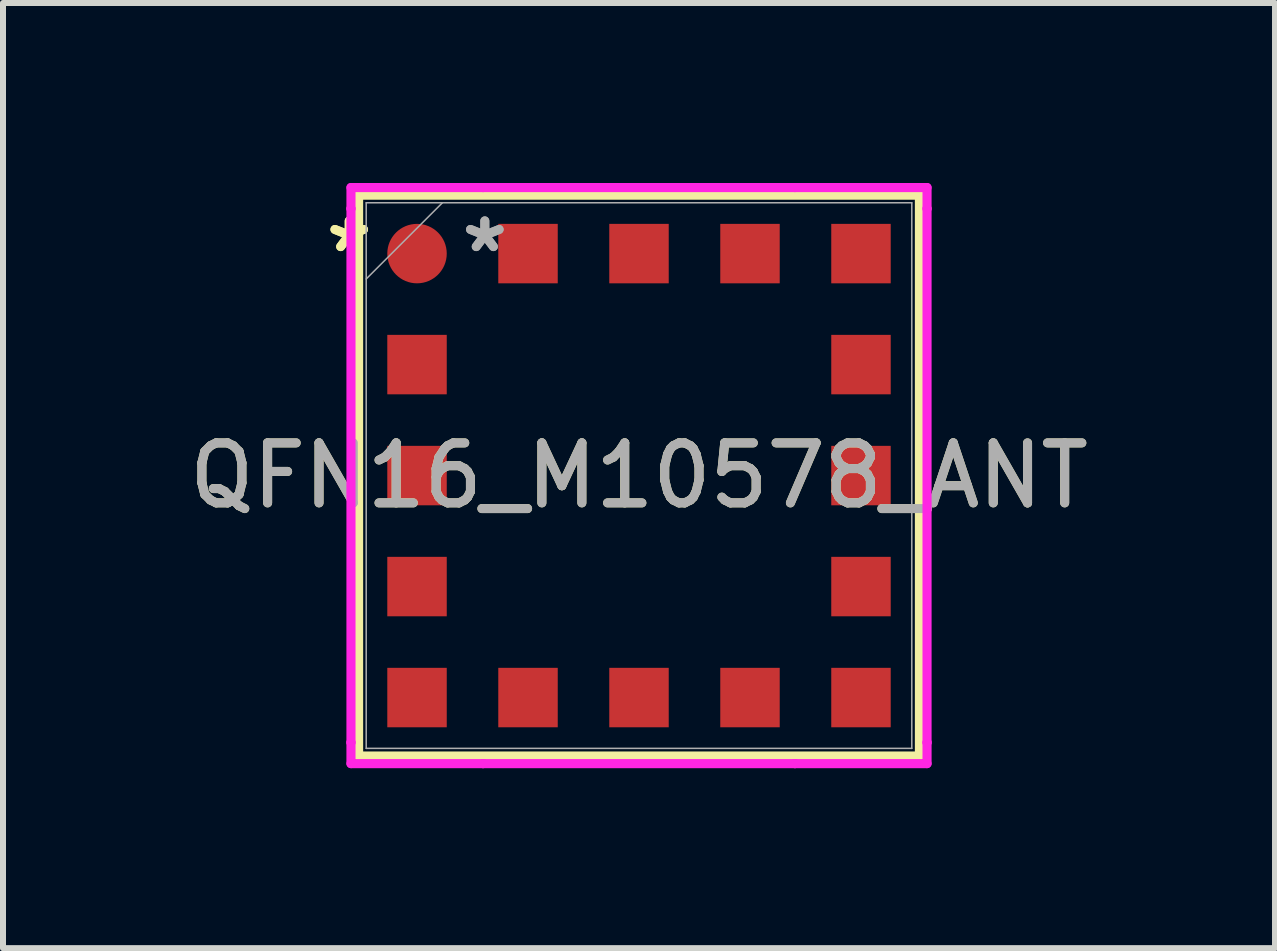
<source format=kicad_pcb>
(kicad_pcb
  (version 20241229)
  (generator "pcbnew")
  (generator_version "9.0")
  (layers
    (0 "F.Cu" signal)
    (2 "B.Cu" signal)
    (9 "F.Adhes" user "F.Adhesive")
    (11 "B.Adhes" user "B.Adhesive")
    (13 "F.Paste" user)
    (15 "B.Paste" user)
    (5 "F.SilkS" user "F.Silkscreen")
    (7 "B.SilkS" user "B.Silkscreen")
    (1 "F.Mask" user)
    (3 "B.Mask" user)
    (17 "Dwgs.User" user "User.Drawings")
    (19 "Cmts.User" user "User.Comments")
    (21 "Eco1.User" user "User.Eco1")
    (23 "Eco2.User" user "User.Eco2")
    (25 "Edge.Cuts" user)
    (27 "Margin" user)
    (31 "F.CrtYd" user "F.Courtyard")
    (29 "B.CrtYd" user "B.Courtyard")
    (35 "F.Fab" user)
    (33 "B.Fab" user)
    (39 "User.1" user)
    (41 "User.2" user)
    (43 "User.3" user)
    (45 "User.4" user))
  (footprint "QFN16_M10578_ANT"
    (layer "F.Cu")
    (at 7.601 4.877)
    (property "Reference" "QFN16_M10578_ANT" (at 0 0 0) (unlocked yes) (layer "F.SilkS") (effects (font (size 1 1) (thickness 0.15))))
    (attr smd)
    (fp_line (start -4.674 -4.674) (end -4.674 4.674) (stroke (width 0.152) (type solid)) (layer "F.SilkS"))
    (fp_line (start -4.674 4.674) (end 4.674 4.674) (stroke (width 0.152) (type solid)) (layer "F.SilkS"))
    (fp_line (start 4.674 -4.674) (end -4.674 -4.674) (stroke (width 0.152) (type solid)) (layer "F.SilkS"))
    (fp_line (start 4.674 4.674) (end 4.674 -4.674) (stroke (width 0.152) (type solid)) (layer "F.SilkS"))
    (fp_line (start -4.801 -4.801) (end -2.599 -4.801) (stroke (width 0.152) (type solid)) (layer "F.CrtYd"))
    (fp_line (start -4.801 -4.449) (end -4.801 -4.801) (stroke (width 0.152) (type solid)) (layer "F.CrtYd"))
    (fp_line (start -4.801 -4.449) (end -4.801 -4.449) (stroke (width 0.152) (type solid)) (layer "F.CrtYd"))
    (fp_line (start -4.801 4.449) (end -4.801 -4.449) (stroke (width 0.152) (type solid)) (layer "F.CrtYd"))
    (fp_line (start -4.801 4.449) (end -4.801 4.449) (stroke (width 0.152) (type solid)) (layer "F.CrtYd"))
    (fp_line (start -4.801 4.801) (end -4.801 4.449) (stroke (width 0.152) (type solid)) (layer "F.CrtYd"))
    (fp_line (start -2.599 -4.801) (end -2.599 -4.801) (stroke (width 0.152) (type solid)) (layer "F.CrtYd"))
    (fp_line (start -2.599 -4.801) (end 2.599 -4.801) (stroke (width 0.152) (type solid)) (layer "F.CrtYd"))
    (fp_line (start -2.599 4.801) (end -4.801 4.801) (stroke (width 0.152) (type solid)) (layer "F.CrtYd"))
    (fp_line (start -2.599 4.801) (end -2.599 4.801) (stroke (width 0.152) (type solid)) (layer "F.CrtYd"))
    (fp_line (start 2.599 -4.801) (end 2.599 -4.801) (stroke (width 0.152) (type solid)) (layer "F.CrtYd"))
    (fp_line (start 2.599 -4.801) (end 4.801 -4.801) (stroke (width 0.152) (type solid)) (layer "F.CrtYd"))
    (fp_line (start 2.599 4.801) (end -2.599 4.801) (stroke (width 0.152) (type solid)) (layer "F.CrtYd"))
    (fp_line (start 2.599 4.801) (end 2.599 4.801) (stroke (width 0.152) (type solid)) (layer "F.CrtYd"))
    (fp_line (start 4.801 -4.801) (end 4.801 -4.449) (stroke (width 0.152) (type solid)) (layer "F.CrtYd"))
    (fp_line (start 4.801 -4.449) (end 4.801 -4.449) (stroke (width 0.152) (type solid)) (layer "F.CrtYd"))
    (fp_line (start 4.801 -4.449) (end 4.801 4.449) (stroke (width 0.152) (type solid)) (layer "F.CrtYd"))
    (fp_line (start 4.801 4.449) (end 4.801 4.449) (stroke (width 0.152) (type solid)) (layer "F.CrtYd"))
    (fp_line (start 4.801 4.449) (end 4.801 4.801) (stroke (width 0.152) (type solid)) (layer "F.CrtYd"))
    (fp_line (start 4.801 4.801) (end 2.599 4.801) (stroke (width 0.152) (type solid)) (layer "F.CrtYd"))
    (fp_line (start -4.547 -4.547) (end -4.547 4.547) (stroke (width 0.025) (type solid)) (layer "F.Fab"))
    (fp_line (start -4.547 -3.277) (end -3.277 -4.547) (stroke (width 0.025) (type solid)) (layer "F.Fab"))
    (fp_line (start -4.547 4.547) (end 4.547 4.547) (stroke (width 0.025) (type solid)) (layer "F.Fab"))
    (fp_line (start 4.547 -4.547) (end -4.547 -4.547) (stroke (width 0.025) (type solid)) (layer "F.Fab"))
    (fp_line (start 4.547 4.547) (end 4.547 -4.547) (stroke (width 0.025) (type solid)) (layer "F.Fab"))
    (fp_text user "*" (at -4.83 -3.7 0) (layer "F.SilkS") (effects (font (size 1 1) (thickness 0.15))))
    (fp_text user "*" (at -4.83 -3.7 0) (unlocked yes) (layer "F.SilkS") (effects (font (size 1 1) (thickness 0.15))))
    (fp_text user "${REFERENCE}" (at 0 0 0) (unlocked yes) (layer "F.Fab") (effects (font (size 1 1) (thickness 0.15))))
    (fp_text user "*" (at -2.57 -3.7 0) (layer "F.Fab") (effects (font (size 1 1) (thickness 0.15))))
    (fp_text user "*" (at -2.57 -3.7 0) (unlocked yes) (layer "F.Fab") (effects (font (size 1 1) (thickness 0.15))))
    (pad "1" smd circle (at -3.7 -3.7) (size 0.991 0.991) (layers "F.Cu" "F.Mask" "F.Paste"))
    (pad "2" smd rect (at -1.85 -3.7 90) (size 0.991 0.991) (layers "F.Cu" "F.Mask" "F.Paste"))
    (pad "3" smd rect (at 0 -3.7 90) (size 0.991 0.991) (layers "F.Cu" "F.Mask" "F.Paste"))
    (pad "4" smd rect (at 1.85 -3.7 90) (size 0.991 0.991) (layers "F.Cu" "F.Mask" "F.Paste"))
    (pad "5" smd rect (at 3.7 -3.7) (size 0.991 0.991) (layers "F.Cu" "F.Mask" "F.Paste"))
    (pad "6" smd rect (at 3.7 -1.85) (size 0.991 0.991) (layers "F.Cu" "F.Mask" "F.Paste"))
    (pad "7" smd rect (at 3.7 0) (size 0.991 0.991) (layers "F.Cu" "F.Mask" "F.Paste"))
    (pad "8" smd rect (at 3.7 1.85) (size 0.991 0.991) (layers "F.Cu" "F.Mask" "F.Paste"))
    (pad "9" smd rect (at 3.7 3.7) (size 0.991 0.991) (layers "F.Cu" "F.Mask" "F.Paste"))
    (pad "10" smd rect (at 1.85 3.7 90) (size 0.991 0.991) (layers "F.Cu" "F.Mask" "F.Paste"))
    (pad "11" smd rect (at 0 3.7 90) (size 0.991 0.991) (layers "F.Cu" "F.Mask" "F.Paste"))
    (pad "12" smd rect (at -1.85 3.7 90) (size 0.991 0.991) (layers "F.Cu" "F.Mask" "F.Paste"))
    (pad "13" smd rect (at -3.7 3.7) (size 0.991 0.991) (layers "F.Cu" "F.Mask" "F.Paste"))
    (pad "14" smd rect (at -3.7 1.85) (size 0.991 0.991) (layers "F.Cu" "F.Mask" "F.Paste"))
    (pad "15" smd rect (at -3.7 0) (size 0.991 0.991) (layers "F.Cu" "F.Mask" "F.Paste"))
    (pad "16" smd rect (at -3.7 -1.85) (size 0.991 0.991) (layers "F.Cu" "F.Mask" "F.Paste")))
  (gr_rect
    (start -3 -3)
    (end 18.202 12.754)
    (stroke (width 0.1) (type default))
    (fill no)
    (layer "Edge.Cuts")))
</source>
